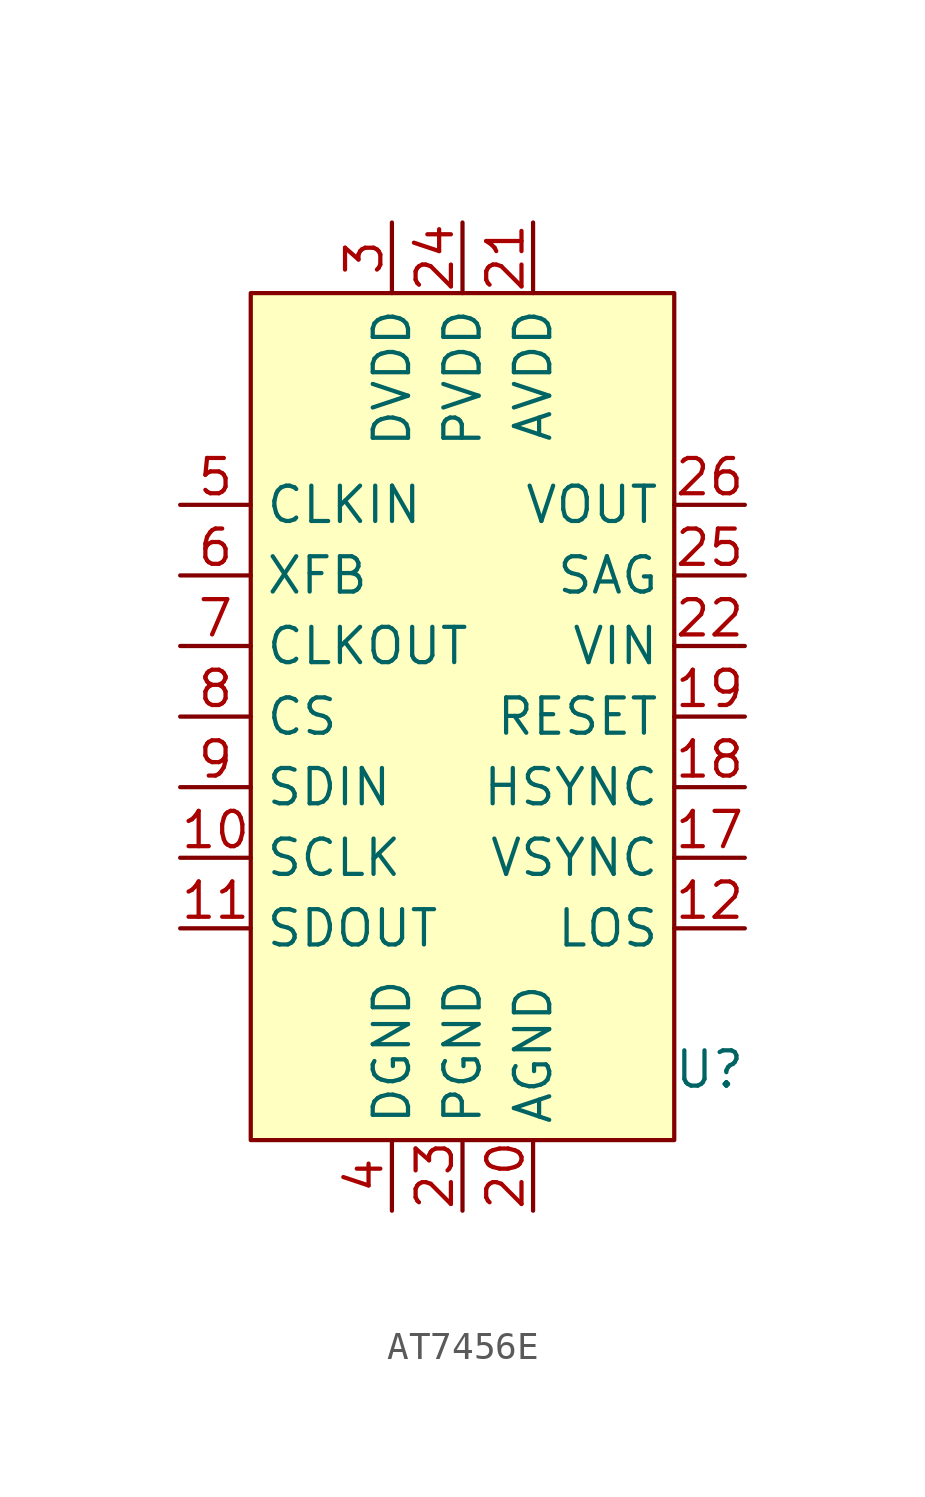
<source format=kicad_sym>
(kicad_symbol_lib
  (version 20220914)
  (generator kicad_symbol_editor)
  (symbol "AT7456E"
    (property "Reference" "U"
      (at 8.89 -12.7 0)
      (effects (font (size 1.27 1.27))))
    (property "Value" ""
      (at 0 8.89 0)
      (effects (font (size 1.27 1.27))))
    (symbol "AT7456E_1_0"
      (pin unspecified line (at -10.16 -5.08 0) (length 2.54) (name "SCLK" (effects (font (size 1.27 1.27)))) (number "10" (effects (font (size 1.27 1.27)))))
      (pin unspecified line (at -10.16 -7.62 0) (length 2.54) (name "SDOUT" (effects (font (size 1.27 1.27)))) (number "11" (effects (font (size 1.27 1.27)))))
      (pin unspecified line (at 10.16 -7.62 180) (length 2.54) (name "LOS" (effects (font (size 1.27 1.27)))) (number "12" (effects (font (size 1.27 1.27)))))
      (pin unspecified line (at 10.16 -5.08 180) (length 2.54) (name "VSYNC" (effects (font (size 1.27 1.27)))) (number "17" (effects (font (size 1.27 1.27)))))
      (pin unspecified line (at 10.16 -2.54 180) (length 2.54) (name "HSYNC" (effects (font (size 1.27 1.27)))) (number "18" (effects (font (size 1.27 1.27)))))
      (pin unspecified line (at 10.16 0 180) (length 2.54) (name "RESET" (effects (font (size 1.27 1.27)))) (number "19" (effects (font (size 1.27 1.27)))))
      (pin unspecified line (at 2.54 -17.78 90) (length 2.54) (name "AGND" (effects (font (size 1.27 1.27)))) (number "20" (effects (font (size 1.27 1.27)))))
      (pin unspecified line (at 2.54 17.78 270) (length 2.54) (name "AVDD" (effects (font (size 1.27 1.27)))) (number "21" (effects (font (size 1.27 1.27)))))
      (pin unspecified line (at 10.16 2.54 180) (length 2.54) (name "VIN" (effects (font (size 1.27 1.27)))) (number "22" (effects (font (size 1.27 1.27)))))
      (pin unspecified line (at 0 -17.78 90) (length 2.54) (name "PGND" (effects (font (size 1.27 1.27)))) (number "23" (effects (font (size 1.27 1.27)))))
      (pin unspecified line (at 0 17.78 270) (length 2.54) (name "PVDD" (effects (font (size 1.27 1.27)))) (number "24" (effects (font (size 1.27 1.27)))))
      (pin unspecified line (at 10.16 5.08 180) (length 2.54) (name "SAG" (effects (font (size 1.27 1.27)))) (number "25" (effects (font (size 1.27 1.27)))))
      (pin unspecified line (at 10.16 7.62 180) (length 2.54) (name "VOUT" (effects (font (size 1.27 1.27)))) (number "26" (effects (font (size 1.27 1.27)))))
      (pin unspecified line (at -2.54 17.78 270) (length 2.54) (name "DVDD" (effects (font (size 1.27 1.27)))) (number "3" (effects (font (size 1.27 1.27)))))
      (pin unspecified line (at -2.54 -17.78 90) (length 2.54) (name "DGND" (effects (font (size 1.27 1.27)))) (number "4" (effects (font (size 1.27 1.27)))))
      (pin unspecified line (at -10.16 7.62 0) (length 2.54) (name "CLKIN" (effects (font (size 1.27 1.27)))) (number "5" (effects (font (size 1.27 1.27)))))
      (pin unspecified line (at -10.16 5.08 0) (length 2.54) (name "XFB" (effects (font (size 1.27 1.27)))) (number "6" (effects (font (size 1.27 1.27)))))
      (pin unspecified line (at -10.16 2.54 0) (length 2.54) (name "CLKOUT" (effects (font (size 1.27 1.27)))) (number "7" (effects (font (size 1.27 1.27)))))
      (pin unspecified line (at -10.16 0 0) (length 2.54) (name "CS" (effects (font (size 1.27 1.27)))) (number "8" (effects (font (size 1.27 1.27)))))
      (pin unspecified line (at -10.16 -2.54 0) (length 2.54) (name "SDIN" (effects (font (size 1.27 1.27)))) (number "9" (effects (font (size 1.27 1.27))))))
    (symbol "AT7456E_1_1"
      (rectangle (start -7.62 15.24) (end 7.62 -15.24) (stroke (width 0) (type default)) (fill (type background))))))
</source>
